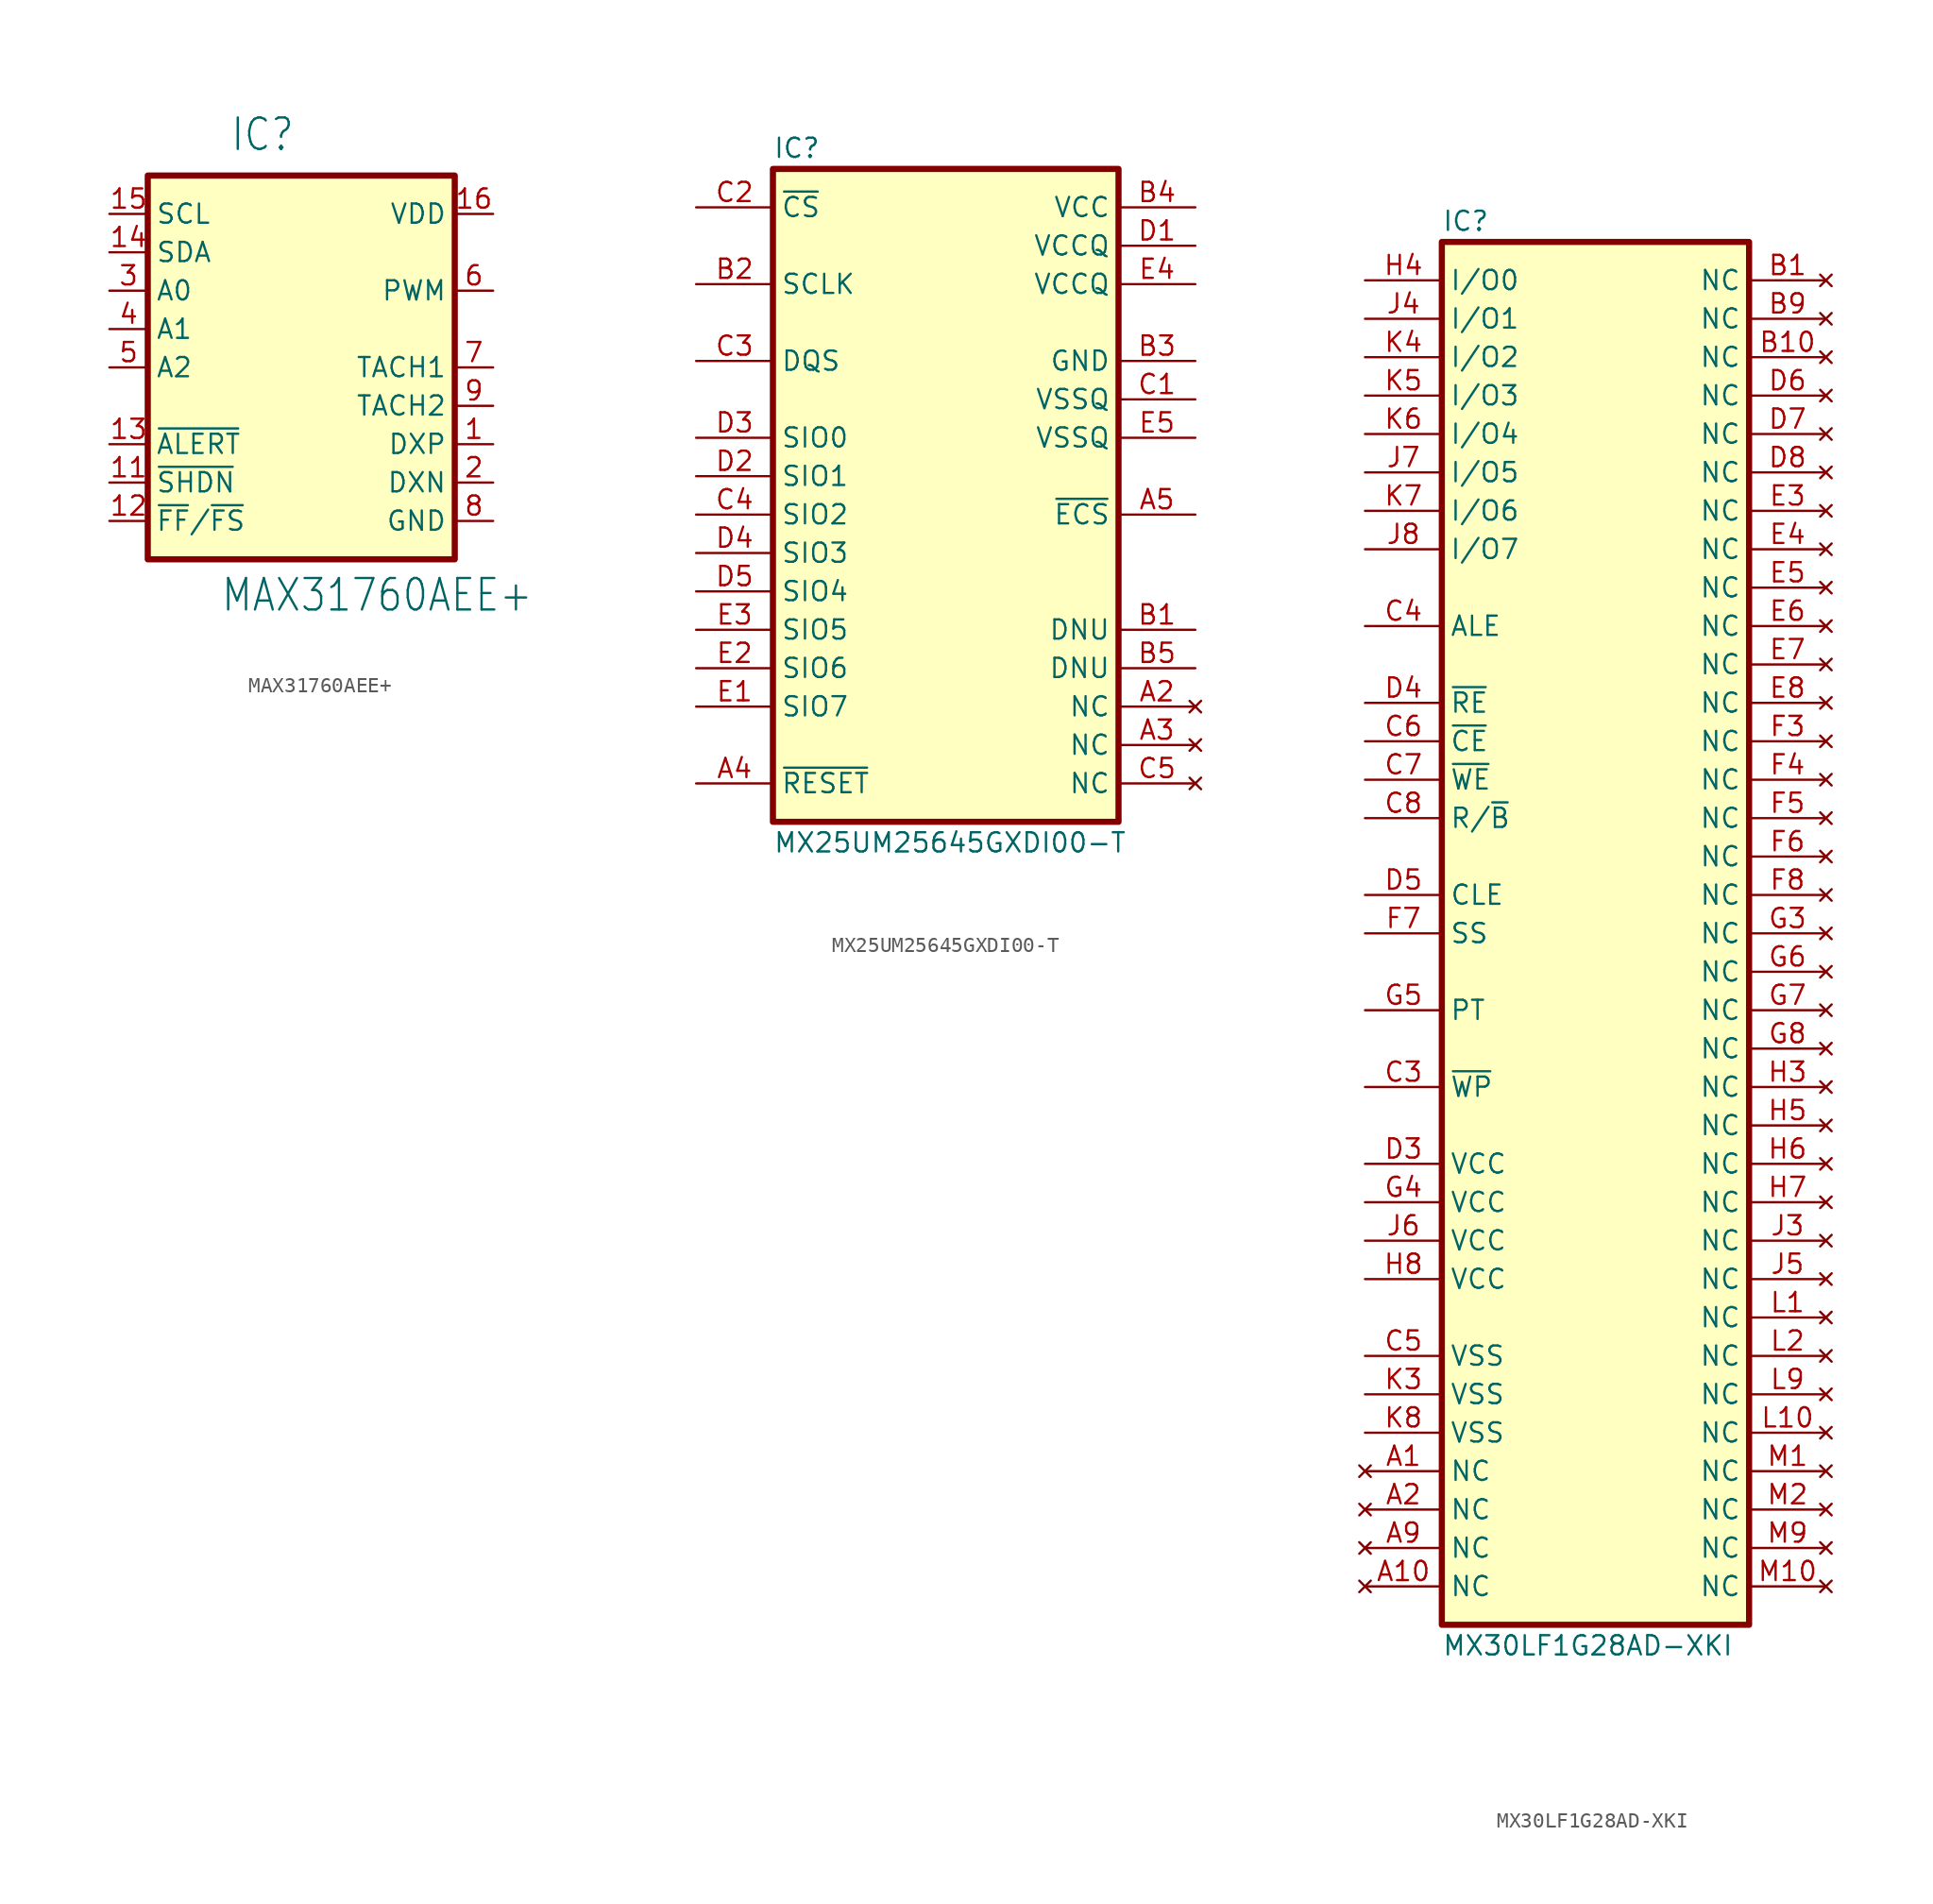
<source format=kicad_sym>
(kicad_symbol_lib
  (version 20241209)
  (generator "kicad_symbol_editor")
  (generator_version "9.0")
  (symbol "MAX31760AEE+"
    (property "Reference" "IC"
      (at -4.724 14.199 0)
      (effects (font (size 2.083 1.77)) (justify left bottom)))
    (property "Value" "MAX31760AEE+"
      (at -5.359 -16.281 0)
      (effects (font (size 2.083 1.77)) (justify left bottom)))
    (symbol "MAX31760AEE+_1_0"
      (pin input line (at -12.7 10.16 0) (length 2.54) (name "SCL" (effects (font (size 1.27 1.27)))) (number "15" (effects (font (size 1.27 1.27)))))
      (pin bidirectional line (at -12.7 7.62 0) (length 2.54) (name "SDA" (effects (font (size 1.27 1.27)))) (number "14" (effects (font (size 1.27 1.27)))))
      (pin input line (at -12.7 5.08 0) (length 2.54) (name "A0" (effects (font (size 1.27 1.27)))) (number "3" (effects (font (size 1.27 1.27)))))
      (pin input line (at -12.7 2.54 0) (length 2.54) (name "A1" (effects (font (size 1.27 1.27)))) (number "4" (effects (font (size 1.27 1.27)))))
      (pin input line (at -12.7 0 0) (length 2.54) (name "A2" (effects (font (size 1.27 1.27)))) (number "5" (effects (font (size 1.27 1.27)))))
      (pin output line (at -12.7 -5.08 0) (length 2.54) (name "~{ALERT}" (effects (font (size 1.27 1.27)))) (number "13" (effects (font (size 1.27 1.27)))))
      (pin output line (at -12.7 -7.62 0) (length 2.54) (name "~{SHDN}" (effects (font (size 1.27 1.27)))) (number "11" (effects (font (size 1.27 1.27)))))
      (pin bidirectional line (at -12.7 -10.16 0) (length 2.54) (name "~{FF}/~{FS}" (effects (font (size 1.27 1.27)))) (number "12" (effects (font (size 1.27 1.27)))))
      (pin power_in line (at 12.7 10.16 180) (length 2.54) (name "VDD" (effects (font (size 1.27 1.27)))) (number "16" (effects (font (size 1.27 1.27)))))
      (pin output line (at 12.7 5.08 180) (length 2.54) (name "PWM" (effects (font (size 1.27 1.27)))) (number "6" (effects (font (size 1.27 1.27)))))
      (pin no_connect line (at 12.7 2.54 180) (length 2.54) (hide yes) (name "NC" (effects (font (size 1.27 1.27)))) (number "10" (effects (font (size 1.27 1.27)))))
      (pin input line (at 12.7 0 180) (length 2.54) (name "TACH1" (effects (font (size 1.27 1.27)))) (number "7" (effects (font (size 1.27 1.27)))))
      (pin input line (at 12.7 -2.54 180) (length 2.54) (name "TACH2" (effects (font (size 1.27 1.27)))) (number "9" (effects (font (size 1.27 1.27)))))
      (pin input line (at 12.7 -5.08 180) (length 2.54) (name "DXP" (effects (font (size 1.27 1.27)))) (number "1" (effects (font (size 1.27 1.27)))))
      (pin input line (at 12.7 -7.62 180) (length 2.54) (name "DXN" (effects (font (size 1.27 1.27)))) (number "2" (effects (font (size 1.27 1.27)))))
      (pin power_in line (at 12.7 -10.16 180) (length 2.54) (name "GND" (effects (font (size 1.27 1.27)))) (number "8" (effects (font (size 1.27 1.27))))))
    (symbol "MAX31760AEE+_1_1"
      (rectangle (start -10.16 12.7) (end 10.16 -12.7) (stroke (width 0.406) (type default)) (fill (type background)))))
  (symbol "MX25UM25645GXDI00-T"
    (property "Reference" "IC"
      (at 5.08 3.175 0)
      (do_not_autoplace)
      (effects (font (size 1.27 1.27)) (justify left bottom)))
    (property "Value" "MX25UM25645GXDI00-T"
      (at 5.08 -41.275 0)
      (do_not_autoplace)
      (effects (font (size 1.27 1.27)) (justify left top)))
    (symbol "MX25UM25645GXDI00-T_1_1"
      (rectangle (start 5.08 2.54) (end 27.94 -40.64) (stroke (width 0.406) (type solid)) (fill (type background)))
      (pin input line (at 0 0 0) (length 5.08) (name "~{CS}" (effects (font (size 1.27 1.27)))) (number "C2" (effects (font (size 1.27 1.27)))))
      (pin input line (at 0 -5.08 0) (length 5.08) (name "SCLK" (effects (font (size 1.27 1.27)))) (number "B2" (effects (font (size 1.27 1.27)))))
      (pin output line (at 0 -10.16 0) (length 5.08) (name "DQS" (effects (font (size 1.27 1.27)))) (number "C3" (effects (font (size 1.27 1.27)))))
      (pin bidirectional line (at 0 -15.24 0) (length 5.08) (name "SIO0" (effects (font (size 1.27 1.27)))) (number "D3" (effects (font (size 1.27 1.27)))))
      (pin bidirectional line (at 0 -17.78 0) (length 5.08) (name "SIO1" (effects (font (size 1.27 1.27)))) (number "D2" (effects (font (size 1.27 1.27)))))
      (pin bidirectional line (at 0 -20.32 0) (length 5.08) (name "SIO2" (effects (font (size 1.27 1.27)))) (number "C4" (effects (font (size 1.27 1.27)))))
      (pin bidirectional line (at 0 -22.86 0) (length 5.08) (name "SIO3" (effects (font (size 1.27 1.27)))) (number "D4" (effects (font (size 1.27 1.27)))))
      (pin bidirectional line (at 0 -25.4 0) (length 5.08) (name "SIO4" (effects (font (size 1.27 1.27)))) (number "D5" (effects (font (size 1.27 1.27)))))
      (pin bidirectional line (at 0 -27.94 0) (length 5.08) (name "SIO5" (effects (font (size 1.27 1.27)))) (number "E3" (effects (font (size 1.27 1.27)))))
      (pin bidirectional line (at 0 -30.48 0) (length 5.08) (name "SIO6" (effects (font (size 1.27 1.27)))) (number "E2" (effects (font (size 1.27 1.27)))))
      (pin bidirectional line (at 0 -33.02 0) (length 5.08) (name "SIO7" (effects (font (size 1.27 1.27)))) (number "E1" (effects (font (size 1.27 1.27)))))
      (pin input line (at 0 -38.1 0) (length 5.08) (name "~{RESET}" (effects (font (size 1.27 1.27)))) (number "A4" (effects (font (size 1.27 1.27)))))
      (pin power_in line (at 33.02 0 180) (length 5.08) (name "VCC" (effects (font (size 1.27 1.27)))) (number "B4" (effects (font (size 1.27 1.27)))))
      (pin power_in line (at 33.02 -2.54 180) (length 5.08) (name "VCCQ" (effects (font (size 1.27 1.27)))) (number "D1" (effects (font (size 1.27 1.27)))))
      (pin power_in line (at 33.02 -5.08 180) (length 5.08) (name "VCCQ" (effects (font (size 1.27 1.27)))) (number "E4" (effects (font (size 1.27 1.27)))))
      (pin power_in line (at 33.02 -10.16 180) (length 5.08) (name "GND" (effects (font (size 1.27 1.27)))) (number "B3" (effects (font (size 1.27 1.27)))))
      (pin power_in line (at 33.02 -12.7 180) (length 5.08) (name "VSSQ" (effects (font (size 1.27 1.27)))) (number "C1" (effects (font (size 1.27 1.27)))))
      (pin power_in line (at 33.02 -15.24 180) (length 5.08) (name "VSSQ" (effects (font (size 1.27 1.27)))) (number "E5" (effects (font (size 1.27 1.27)))))
      (pin passive line (at 33.02 -20.32 180) (length 5.08) (name "~{ECS}" (effects (font (size 1.27 1.27)))) (number "A5" (effects (font (size 1.27 1.27)))))
      (pin passive line (at 33.02 -27.94 180) (length 5.08) (name "DNU" (effects (font (size 1.27 1.27)))) (number "B1" (effects (font (size 1.27 1.27)))))
      (pin passive line (at 33.02 -30.48 180) (length 5.08) (name "DNU" (effects (font (size 1.27 1.27)))) (number "B5" (effects (font (size 1.27 1.27)))))
      (pin no_connect line (at 33.02 -33.02 180) (length 5.08) (name "NC" (effects (font (size 1.27 1.27)))) (number "A2" (effects (font (size 1.27 1.27)))))
      (pin no_connect line (at 33.02 -35.56 180) (length 5.08) (name "NC" (effects (font (size 1.27 1.27)))) (number "A3" (effects (font (size 1.27 1.27)))))
      (pin no_connect line (at 33.02 -38.1 180) (length 5.08) (name "NC" (effects (font (size 1.27 1.27)))) (number "C5" (effects (font (size 1.27 1.27)))))))
  (symbol "MX30LF1G28AD-XKI"
    (property "Reference" "IC"
      (at 5.08 3.175 0)
      (do_not_autoplace)
      (effects (font (size 1.27 1.27)) (justify left bottom)))
    (property "Value" "MX30LF1G28AD-XKI"
      (at 5.08 -89.535 0)
      (do_not_autoplace)
      (effects (font (size 1.27 1.27)) (justify left top)))
    (symbol "MX30LF1G28AD-XKI_1_1"
      (rectangle (start 5.08 2.54) (end 25.4 -88.9) (stroke (width 0.406) (type default)) (fill (type background)))
      (pin bidirectional line (at 0 0 0) (length 5.08) (name "I/O0" (effects (font (size 1.27 1.27)))) (number "H4" (effects (font (size 1.27 1.27)))))
      (pin bidirectional line (at 0 -2.54 0) (length 5.08) (name "I/O1" (effects (font (size 1.27 1.27)))) (number "J4" (effects (font (size 1.27 1.27)))))
      (pin bidirectional line (at 0 -5.08 0) (length 5.08) (name "I/O2" (effects (font (size 1.27 1.27)))) (number "K4" (effects (font (size 1.27 1.27)))))
      (pin bidirectional line (at 0 -7.62 0) (length 5.08) (name "I/O3" (effects (font (size 1.27 1.27)))) (number "K5" (effects (font (size 1.27 1.27)))))
      (pin bidirectional line (at 0 -10.16 0) (length 5.08) (name "I/O4" (effects (font (size 1.27 1.27)))) (number "K6" (effects (font (size 1.27 1.27)))))
      (pin bidirectional line (at 0 -12.7 0) (length 5.08) (name "I/O5" (effects (font (size 1.27 1.27)))) (number "J7" (effects (font (size 1.27 1.27)))))
      (pin bidirectional line (at 0 -15.24 0) (length 5.08) (name "I/O6" (effects (font (size 1.27 1.27)))) (number "K7" (effects (font (size 1.27 1.27)))))
      (pin bidirectional line (at 0 -17.78 0) (length 5.08) (name "I/O7" (effects (font (size 1.27 1.27)))) (number "J8" (effects (font (size 1.27 1.27)))))
      (pin input line (at 0 -22.86 0) (length 5.08) (name "ALE" (effects (font (size 1.27 1.27)))) (number "C4" (effects (font (size 1.27 1.27)))))
      (pin input line (at 0 -27.94 0) (length 5.08) (name "~{RE}" (effects (font (size 1.27 1.27)))) (number "D4" (effects (font (size 1.27 1.27)))))
      (pin input line (at 0 -30.48 0) (length 5.08) (name "~{CE}" (effects (font (size 1.27 1.27)))) (number "C6" (effects (font (size 1.27 1.27)))))
      (pin input line (at 0 -33.02 0) (length 5.08) (name "~{WE}" (effects (font (size 1.27 1.27)))) (number "C7" (effects (font (size 1.27 1.27)))))
      (pin output line (at 0 -35.56 0) (length 5.08) (name "R/~{B}" (effects (font (size 1.27 1.27)))) (number "C8" (effects (font (size 1.27 1.27)))))
      (pin input line (at 0 -40.64 0) (length 5.08) (name "CLE" (effects (font (size 1.27 1.27)))) (number "D5" (effects (font (size 1.27 1.27)))))
      (pin input line (at 0 -43.18 0) (length 5.08) (name "SS" (effects (font (size 1.27 1.27)))) (number "F7" (effects (font (size 1.27 1.27)))))
      (pin input line (at 0 -48.26 0) (length 5.08) (name "PT" (effects (font (size 1.27 1.27)))) (number "G5" (effects (font (size 1.27 1.27)))))
      (pin input line (at 0 -53.34 0) (length 5.08) (name "~{WP}" (effects (font (size 1.27 1.27)))) (number "C3" (effects (font (size 1.27 1.27)))))
      (pin power_in line (at 0 -58.42 0) (length 5.08) (name "VCC" (effects (font (size 1.27 1.27)))) (number "D3" (effects (font (size 1.27 1.27)))))
      (pin power_in line (at 0 -60.96 0) (length 5.08) (name "VCC" (effects (font (size 1.27 1.27)))) (number "G4" (effects (font (size 1.27 1.27)))))
      (pin power_in line (at 0 -63.5 0) (length 5.08) (name "VCC" (effects (font (size 1.27 1.27)))) (number "J6" (effects (font (size 1.27 1.27)))))
      (pin power_in line (at 0 -66.04 0) (length 5.08) (name "VCC" (effects (font (size 1.27 1.27)))) (number "H8" (effects (font (size 1.27 1.27)))))
      (pin power_in line (at 0 -71.12 0) (length 5.08) (name "VSS" (effects (font (size 1.27 1.27)))) (number "C5" (effects (font (size 1.27 1.27)))))
      (pin power_in line (at 0 -73.66 0) (length 5.08) (name "VSS" (effects (font (size 1.27 1.27)))) (number "K3" (effects (font (size 1.27 1.27)))))
      (pin power_in line (at 0 -76.2 0) (length 5.08) (name "VSS" (effects (font (size 1.27 1.27)))) (number "K8" (effects (font (size 1.27 1.27)))))
      (pin no_connect line (at 0 -78.74 0) (length 5.08) (name "NC" (effects (font (size 1.27 1.27)))) (number "A1" (effects (font (size 1.27 1.27)))))
      (pin no_connect line (at 0 -81.28 0) (length 5.08) (name "NC" (effects (font (size 1.27 1.27)))) (number "A2" (effects (font (size 1.27 1.27)))))
      (pin no_connect line (at 0 -83.82 0) (length 5.08) (name "NC" (effects (font (size 1.27 1.27)))) (number "A9" (effects (font (size 1.27 1.27)))))
      (pin no_connect line (at 0 -86.36 0) (length 5.08) (name "NC" (effects (font (size 1.27 1.27)))) (number "A10" (effects (font (size 1.27 1.27)))))
      (pin no_connect line (at 30.48 0 180) (length 5.08) (name "NC" (effects (font (size 1.27 1.27)))) (number "B1" (effects (font (size 1.27 1.27)))))
      (pin no_connect line (at 30.48 -2.54 180) (length 5.08) (name "NC" (effects (font (size 1.27 1.27)))) (number "B9" (effects (font (size 1.27 1.27)))))
      (pin no_connect line (at 30.48 -5.08 180) (length 5.08) (name "NC" (effects (font (size 1.27 1.27)))) (number "B10" (effects (font (size 1.27 1.27)))))
      (pin no_connect line (at 30.48 -7.62 180) (length 5.08) (name "NC" (effects (font (size 1.27 1.27)))) (number "D6" (effects (font (size 1.27 1.27)))))
      (pin no_connect line (at 30.48 -10.16 180) (length 5.08) (name "NC" (effects (font (size 1.27 1.27)))) (number "D7" (effects (font (size 1.27 1.27)))))
      (pin no_connect line (at 30.48 -12.7 180) (length 5.08) (name "NC" (effects (font (size 1.27 1.27)))) (number "D8" (effects (font (size 1.27 1.27)))))
      (pin no_connect line (at 30.48 -15.24 180) (length 5.08) (name "NC" (effects (font (size 1.27 1.27)))) (number "E3" (effects (font (size 1.27 1.27)))))
      (pin no_connect line (at 30.48 -17.78 180) (length 5.08) (name "NC" (effects (font (size 1.27 1.27)))) (number "E4" (effects (font (size 1.27 1.27)))))
      (pin no_connect line (at 30.48 -20.32 180) (length 5.08) (name "NC" (effects (font (size 1.27 1.27)))) (number "E5" (effects (font (size 1.27 1.27)))))
      (pin no_connect line (at 30.48 -22.86 180) (length 5.08) (name "NC" (effects (font (size 1.27 1.27)))) (number "E6" (effects (font (size 1.27 1.27)))))
      (pin no_connect line (at 30.48 -25.4 180) (length 5.08) (name "NC" (effects (font (size 1.27 1.27)))) (number "E7" (effects (font (size 1.27 1.27)))))
      (pin no_connect line (at 30.48 -27.94 180) (length 5.08) (name "NC" (effects (font (size 1.27 1.27)))) (number "E8" (effects (font (size 1.27 1.27)))))
      (pin no_connect line (at 30.48 -30.48 180) (length 5.08) (name "NC" (effects (font (size 1.27 1.27)))) (number "F3" (effects (font (size 1.27 1.27)))))
      (pin no_connect line (at 30.48 -33.02 180) (length 5.08) (name "NC" (effects (font (size 1.27 1.27)))) (number "F4" (effects (font (size 1.27 1.27)))))
      (pin no_connect line (at 30.48 -35.56 180) (length 5.08) (name "NC" (effects (font (size 1.27 1.27)))) (number "F5" (effects (font (size 1.27 1.27)))))
      (pin no_connect line (at 30.48 -38.1 180) (length 5.08) (name "NC" (effects (font (size 1.27 1.27)))) (number "F6" (effects (font (size 1.27 1.27)))))
      (pin no_connect line (at 30.48 -40.64 180) (length 5.08) (name "NC" (effects (font (size 1.27 1.27)))) (number "F8" (effects (font (size 1.27 1.27)))))
      (pin no_connect line (at 30.48 -43.18 180) (length 5.08) (name "NC" (effects (font (size 1.27 1.27)))) (number "G3" (effects (font (size 1.27 1.27)))))
      (pin no_connect line (at 30.48 -45.72 180) (length 5.08) (name "NC" (effects (font (size 1.27 1.27)))) (number "G6" (effects (font (size 1.27 1.27)))))
      (pin no_connect line (at 30.48 -48.26 180) (length 5.08) (name "NC" (effects (font (size 1.27 1.27)))) (number "G7" (effects (font (size 1.27 1.27)))))
      (pin no_connect line (at 30.48 -50.8 180) (length 5.08) (name "NC" (effects (font (size 1.27 1.27)))) (number "G8" (effects (font (size 1.27 1.27)))))
      (pin no_connect line (at 30.48 -53.34 180) (length 5.08) (name "NC" (effects (font (size 1.27 1.27)))) (number "H3" (effects (font (size 1.27 1.27)))))
      (pin no_connect line (at 30.48 -55.88 180) (length 5.08) (name "NC" (effects (font (size 1.27 1.27)))) (number "H5" (effects (font (size 1.27 1.27)))))
      (pin no_connect line (at 30.48 -58.42 180) (length 5.08) (name "NC" (effects (font (size 1.27 1.27)))) (number "H6" (effects (font (size 1.27 1.27)))))
      (pin no_connect line (at 30.48 -60.96 180) (length 5.08) (name "NC" (effects (font (size 1.27 1.27)))) (number "H7" (effects (font (size 1.27 1.27)))))
      (pin no_connect line (at 30.48 -63.5 180) (length 5.08) (name "NC" (effects (font (size 1.27 1.27)))) (number "J3" (effects (font (size 1.27 1.27)))))
      (pin no_connect line (at 30.48 -66.04 180) (length 5.08) (name "NC" (effects (font (size 1.27 1.27)))) (number "J5" (effects (font (size 1.27 1.27)))))
      (pin no_connect line (at 30.48 -68.58 180) (length 5.08) (name "NC" (effects (font (size 1.27 1.27)))) (number "L1" (effects (font (size 1.27 1.27)))))
      (pin no_connect line (at 30.48 -71.12 180) (length 5.08) (name "NC" (effects (font (size 1.27 1.27)))) (number "L2" (effects (font (size 1.27 1.27)))))
      (pin no_connect line (at 30.48 -73.66 180) (length 5.08) (name "NC" (effects (font (size 1.27 1.27)))) (number "L9" (effects (font (size 1.27 1.27)))))
      (pin no_connect line (at 30.48 -76.2 180) (length 5.08) (name "NC" (effects (font (size 1.27 1.27)))) (number "L10" (effects (font (size 1.27 1.27)))))
      (pin no_connect line (at 30.48 -78.74 180) (length 5.08) (name "NC" (effects (font (size 1.27 1.27)))) (number "M1" (effects (font (size 1.27 1.27)))))
      (pin no_connect line (at 30.48 -81.28 180) (length 5.08) (name "NC" (effects (font (size 1.27 1.27)))) (number "M2" (effects (font (size 1.27 1.27)))))
      (pin no_connect line (at 30.48 -83.82 180) (length 5.08) (name "NC" (effects (font (size 1.27 1.27)))) (number "M9" (effects (font (size 1.27 1.27)))))
      (pin no_connect line (at 30.48 -86.36 180) (length 5.08) (name "NC" (effects (font (size 1.27 1.27)))) (number "M10" (effects (font (size 1.27 1.27))))))))
</source>
